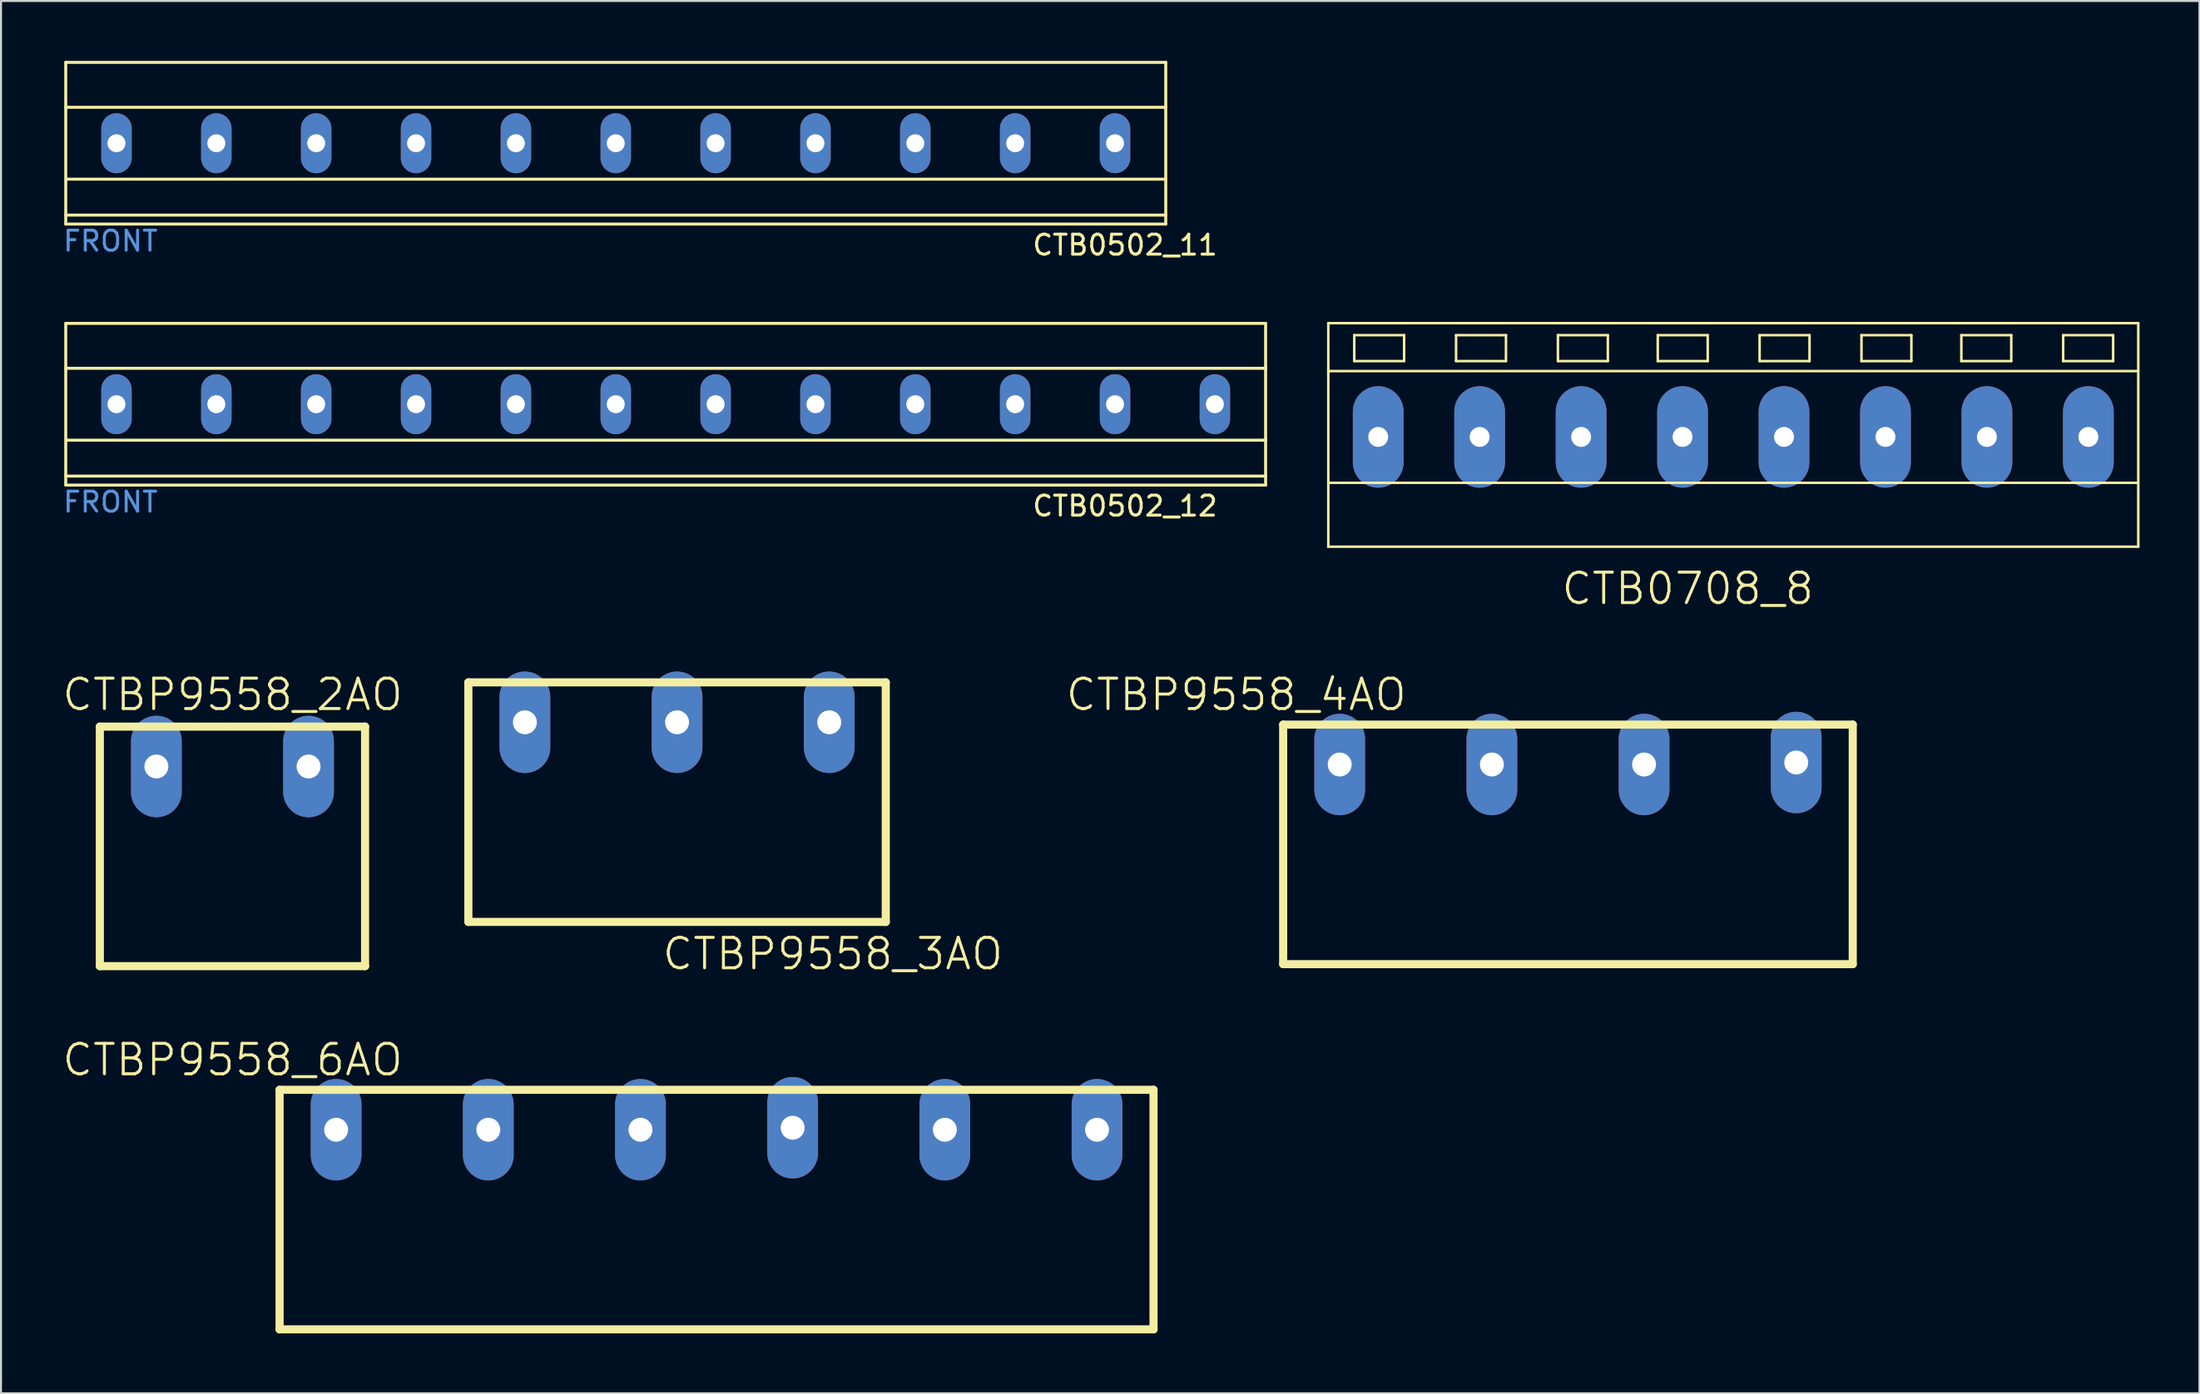
<source format=kicad_pcb>
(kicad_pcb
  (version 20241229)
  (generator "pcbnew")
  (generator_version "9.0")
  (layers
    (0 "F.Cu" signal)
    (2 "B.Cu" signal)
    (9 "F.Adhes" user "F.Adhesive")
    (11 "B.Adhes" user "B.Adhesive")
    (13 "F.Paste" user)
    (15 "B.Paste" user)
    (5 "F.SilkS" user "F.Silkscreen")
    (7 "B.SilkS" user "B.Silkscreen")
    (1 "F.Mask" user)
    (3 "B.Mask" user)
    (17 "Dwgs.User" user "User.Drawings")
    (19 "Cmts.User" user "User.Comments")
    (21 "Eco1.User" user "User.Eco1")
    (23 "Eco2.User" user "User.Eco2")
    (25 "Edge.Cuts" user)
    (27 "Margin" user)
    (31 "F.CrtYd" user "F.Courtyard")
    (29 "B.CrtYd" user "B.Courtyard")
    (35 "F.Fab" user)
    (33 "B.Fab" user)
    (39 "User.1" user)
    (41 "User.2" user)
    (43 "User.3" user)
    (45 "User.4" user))
  (footprint "CTB0708_8"
    (layer "F.Cu")
    (at 65.96 18.837)
    (property "Reference" "CTB0708_8" (at 15.5 7.6 0) (layer "F.SilkS") (effects (font (size 1.524 1.524) (thickness 0.15))))
    (attr exclude_from_pos_files exclude_from_bom)
    (fp_line (start -2.499 -5.7) (end -2.499 -3.299) (stroke (width 0.127) (type solid)) (layer "F.SilkS"))
    (fp_line (start -2.499 -3.299) (end -2.499 2.299) (stroke (width 0.127) (type solid)) (layer "F.SilkS"))
    (fp_line (start -2.499 -3.299) (end 37.998 -3.299) (stroke (width 0.127) (type solid)) (layer "F.SilkS"))
    (fp_line (start -2.499 2.299) (end -2.499 5.499) (stroke (width 0.127) (type solid)) (layer "F.SilkS"))
    (fp_line (start -2.499 2.299) (end 37.998 2.299) (stroke (width 0.127) (type solid)) (layer "F.SilkS"))
    (fp_line (start -2.499 5.499) (end 38.059 5.499) (stroke (width 0.127) (type solid)) (layer "F.SilkS"))
    (fp_line (start -1.199 -5.098) (end -1.199 -3.8) (stroke (width 0.127) (type solid)) (layer "F.SilkS"))
    (fp_line (start -1.199 -3.8) (end 1.298 -3.8) (stroke (width 0.127) (type solid)) (layer "F.SilkS"))
    (fp_line (start 1.298 -5.098) (end -1.199 -5.098) (stroke (width 0.127) (type solid)) (layer "F.SilkS"))
    (fp_line (start 1.298 -3.8) (end 1.298 -5.098) (stroke (width 0.127) (type solid)) (layer "F.SilkS"))
    (fp_line (start 3.899 -5.098) (end 3.899 -3.8) (stroke (width 0.127) (type solid)) (layer "F.SilkS"))
    (fp_line (start 3.899 -3.8) (end 6.398 -3.8) (stroke (width 0.127) (type solid)) (layer "F.SilkS"))
    (fp_line (start 6.398 -5.098) (end 3.899 -5.098) (stroke (width 0.127) (type solid)) (layer "F.SilkS"))
    (fp_line (start 6.398 -3.8) (end 6.398 -5.098) (stroke (width 0.127) (type solid)) (layer "F.SilkS"))
    (fp_line (start 8.999 -5.098) (end 8.999 -3.8) (stroke (width 0.127) (type solid)) (layer "F.SilkS"))
    (fp_line (start 8.999 -3.8) (end 11.499 -3.8) (stroke (width 0.127) (type solid)) (layer "F.SilkS"))
    (fp_line (start 11.499 -5.098) (end 8.999 -5.098) (stroke (width 0.127) (type solid)) (layer "F.SilkS"))
    (fp_line (start 11.499 -3.8) (end 11.499 -5.098) (stroke (width 0.127) (type solid)) (layer "F.SilkS"))
    (fp_line (start 13.998 -5.098) (end 13.998 -3.8) (stroke (width 0.127) (type solid)) (layer "F.SilkS"))
    (fp_line (start 13.998 -3.8) (end 16.5 -3.8) (stroke (width 0.127) (type solid)) (layer "F.SilkS"))
    (fp_line (start 16.5 -5.098) (end 13.998 -5.098) (stroke (width 0.127) (type solid)) (layer "F.SilkS"))
    (fp_line (start 16.5 -3.8) (end 16.5 -5.098) (stroke (width 0.127) (type solid)) (layer "F.SilkS"))
    (fp_line (start 19.098 -5.098) (end 19.098 -3.8) (stroke (width 0.127) (type solid)) (layer "F.SilkS"))
    (fp_line (start 19.098 -3.8) (end 21.598 -3.8) (stroke (width 0.127) (type solid)) (layer "F.SilkS"))
    (fp_line (start 21.598 -5.098) (end 19.098 -5.098) (stroke (width 0.127) (type solid)) (layer "F.SilkS"))
    (fp_line (start 21.598 -3.8) (end 21.598 -5.098) (stroke (width 0.127) (type solid)) (layer "F.SilkS"))
    (fp_line (start 24.199 -5.098) (end 24.199 -3.8) (stroke (width 0.127) (type solid)) (layer "F.SilkS"))
    (fp_line (start 24.199 -3.8) (end 26.698 -3.8) (stroke (width 0.127) (type solid)) (layer "F.SilkS"))
    (fp_line (start 26.698 -5.098) (end 24.199 -5.098) (stroke (width 0.127) (type solid)) (layer "F.SilkS"))
    (fp_line (start 26.698 -3.8) (end 26.698 -5.098) (stroke (width 0.127) (type solid)) (layer "F.SilkS"))
    (fp_line (start 29.2 -5.098) (end 29.2 -3.8) (stroke (width 0.127) (type solid)) (layer "F.SilkS"))
    (fp_line (start 29.2 -3.8) (end 31.699 -3.8) (stroke (width 0.127) (type solid)) (layer "F.SilkS"))
    (fp_line (start 31.699 -5.098) (end 29.2 -5.098) (stroke (width 0.127) (type solid)) (layer "F.SilkS"))
    (fp_line (start 31.699 -3.8) (end 31.699 -5.098) (stroke (width 0.127) (type solid)) (layer "F.SilkS"))
    (fp_line (start 34.298 -5.098) (end 34.298 -3.8) (stroke (width 0.127) (type solid)) (layer "F.SilkS"))
    (fp_line (start 34.298 -3.8) (end 36.8 -3.8) (stroke (width 0.127) (type solid)) (layer "F.SilkS"))
    (fp_line (start 36.8 -5.098) (end 34.298 -5.098) (stroke (width 0.127) (type solid)) (layer "F.SilkS"))
    (fp_line (start 36.8 -3.8) (end 36.8 -5.098) (stroke (width 0.127) (type solid)) (layer "F.SilkS"))
    (fp_line (start 38.059 -5.7) (end -2.499 -5.7) (stroke (width 0.127) (type solid)) (layer "F.SilkS"))
    (fp_line (start 38.059 5.499) (end 38.059 -5.7) (stroke (width 0.127) (type solid)) (layer "F.SilkS"))
    (pad "1" thru_hole oval (at 0 0 180) (size 2.54 5.08) (drill 0.998) (layers "*.Cu" "*.Paste" "*.Mask"))
    (pad "2" thru_hole oval (at 5.08 0 180) (size 2.54 5.08) (drill 0.998) (layers "*.Cu" "*.Paste" "*.Mask"))
    (pad "3" thru_hole oval (at 10.16 0 180) (size 2.54 5.08) (drill 0.998) (layers "*.Cu" "*.Paste" "*.Mask"))
    (pad "4" thru_hole oval (at 15.24 0 180) (size 2.54 5.08) (drill 0.998) (layers "*.Cu" "*.Paste" "*.Mask"))
    (pad "5" thru_hole oval (at 20.32 0 180) (size 2.54 5.08) (drill 0.998) (layers "*.Cu" "*.Paste" "*.Mask"))
    (pad "6" thru_hole oval (at 25.4 0 180) (size 2.54 5.08) (drill 0.998) (layers "*.Cu" "*.Paste" "*.Mask"))
    (pad "7" thru_hole oval (at 30.48 0 180) (size 2.54 5.08) (drill 0.998) (layers "*.Cu" "*.Paste" "*.Mask"))
    (pad "8" thru_hole oval (at 35.56 0 180) (size 2.54 5.08) (drill 0.998) (layers "*.Cu" "*.Paste" "*.Mask")))
  (footprint "CTB0502_12"
    (layer "F.Cu")
    (at 2.782 17.198)
    (property "Reference" "CTB0502_12" (at 50.5 5.1 0) (layer "F.SilkS") (effects (font (size 1 1) (thickness 0.15))))
    (attr through_hole)
    (fp_line (start -2.54 -4.05) (end 57.54 -4.05) (stroke (width 0.15) (type solid)) (layer "F.SilkS"))
    (fp_line (start -2.54 -1.8) (end 57.54 -1.8) (stroke (width 0.15) (type solid)) (layer "F.SilkS"))
    (fp_line (start -2.54 3.6) (end 57.54 3.6) (stroke (width 0.15) (type solid)) (layer "F.SilkS"))
    (fp_line (start -2.54 4.05) (end -2.54 -4.05) (stroke (width 0.15) (type solid)) (layer "F.SilkS"))
    (fp_line (start -2.5 1.8) (end 57.54 1.8) (stroke (width 0.15) (type solid)) (layer "F.SilkS"))
    (fp_line (start 57.54 -4.05) (end 57.54 4.05) (stroke (width 0.15) (type solid)) (layer "F.SilkS"))
    (fp_line (start 57.54 4.05) (end -2.54 4.05) (stroke (width 0.15) (type solid)) (layer "F.SilkS"))
    (fp_text user "FRONT" (at -0.3 4.9 0) (layer "Cmts.User") (effects (font (size 1 1) (thickness 0.15))))
    (pad "1" thru_hole oval (at 0 0) (size 1.524 3) (drill 0.9) (layers "*.Cu" "*.Mask"))
    (pad "2" thru_hole oval (at 5 0) (size 1.524 3) (drill 0.9) (layers "*.Cu" "*.Mask"))
    (pad "3" thru_hole oval (at 10 0) (size 1.524 3) (drill 0.9) (layers "*.Cu" "*.Mask"))
    (pad "4" thru_hole oval (at 15 0) (size 1.524 3) (drill 0.9) (layers "*.Cu" "*.Mask"))
    (pad "5" thru_hole oval (at 20 0) (size 1.524 3) (drill 0.9) (layers "*.Cu" "*.Mask"))
    (pad "6" thru_hole oval (at 25 0) (size 1.524 3) (drill 0.9) (layers "*.Cu" "*.Mask"))
    (pad "7" thru_hole oval (at 30 0) (size 1.524 3) (drill 0.9) (layers "*.Cu" "*.Mask"))
    (pad "8" thru_hole oval (at 35 0) (size 1.524 3) (drill 0.9) (layers "*.Cu" "*.Mask"))
    (pad "9" thru_hole oval (at 40 0) (size 1.524 3) (drill 0.9) (layers "*.Cu" "*.Mask"))
    (pad "10" thru_hole oval (at 45 0) (size 1.524 3) (drill 0.9) (layers "*.Cu" "*.Mask"))
    (pad "11" thru_hole oval (at 50 0) (size 1.524 3) (drill 0.9) (layers "*.Cu" "*.Mask"))
    (pad "12" thru_hole oval (at 55 0) (size 1.524 3) (drill 0.9) (layers "*.Cu" "*.Mask")))
  (footprint "CTBP9558_2AO"
    (layer "F.Cu")
    (at 12.4 35.346)
    (property "Reference" "CTBP9558_2AO" (at -3.8 -3.6 0) (layer "F.SilkS") (effects (font (size 1.524 1.524) (thickness 0.15))))
    (attr exclude_from_pos_files exclude_from_bom)
    (fp_line (start -10.45 -1.999) (end 2.83 -1.999) (stroke (width 0.406) (type solid)) (layer "F.SilkS"))
    (fp_line (start -10.45 10) (end -10.45 -1.999) (stroke (width 0.406) (type solid)) (layer "F.SilkS"))
    (fp_line (start 2.83 -1.999) (end 2.83 10) (stroke (width 0.406) (type solid)) (layer "F.SilkS"))
    (fp_line (start 2.83 10) (end -10.45 10) (stroke (width 0.406) (type solid)) (layer "F.SilkS"))
    (pad "1" thru_hole oval (at -7.62 0 180) (size 2.54 5.08) (drill 1.199) (layers "*.Cu" "*.Paste" "*.Mask"))
    (pad "2" thru_hole oval (at 0 0 180) (size 2.54 5.08) (drill 1.199) (layers "*.Cu" "*.Paste" "*.Mask")))
  (footprint "CTBP9558_4AO"
    (layer "F.Cu")
    (at 71.652 35.246)
    (property "Reference" "CTBP9558_4AO" (at -12.8 -3.5 0) (layer "F.SilkS") (effects (font (size 1.524 1.524) (thickness 0.15))))
    (attr exclude_from_pos_files exclude_from_bom)
    (fp_line (start -10.45 -1.999) (end 18.07 -1.999) (stroke (width 0.406) (type solid)) (layer "F.SilkS"))
    (fp_line (start -10.45 10) (end -10.45 -1.999) (stroke (width 0.406) (type solid)) (layer "F.SilkS"))
    (fp_line (start 18.07 -1.999) (end 18.07 10) (stroke (width 0.406) (type solid)) (layer "F.SilkS"))
    (fp_line (start 18.07 10) (end -10.45 10) (stroke (width 0.406) (type solid)) (layer "F.SilkS"))
    (pad "1" thru_hole oval (at -7.62 0 180) (size 2.54 5.08) (drill 1.199) (layers "*.Cu" "*.Paste" "*.Mask"))
    (pad "2" thru_hole oval (at 0 0 180) (size 2.54 5.08) (drill 1.199) (layers "*.Cu" "*.Paste" "*.Mask"))
    (pad "3" thru_hole oval (at 7.62 0 180) (size 2.54 5.08) (drill 1.199) (layers "*.Cu" "*.Paste" "*.Mask"))
    (pad "4" thru_hole oval (at 15.24 -0.1 180) (size 2.54 5.08) (drill 1.199) (layers "*.Cu" "*.Paste" "*.Mask")))
  (footprint "CTB0502_11"
    (layer "F.Cu")
    (at 2.782 4.125)
    (property "Reference" "CTB0502_11" (at 50.5 5.1 0) (layer "F.SilkS") (effects (font (size 1 1) (thickness 0.15))))
    (attr through_hole)
    (fp_line (start -2.54 -4.05) (end 52.54 -4.05) (stroke (width 0.15) (type solid)) (layer "F.SilkS"))
    (fp_line (start -2.54 -1.8) (end 52.54 -1.8) (stroke (width 0.15) (type solid)) (layer "F.SilkS"))
    (fp_line (start -2.54 3.6) (end 52.54 3.6) (stroke (width 0.15) (type solid)) (layer "F.SilkS"))
    (fp_line (start -2.54 4.05) (end -2.54 -4.05) (stroke (width 0.15) (type solid)) (layer "F.SilkS"))
    (fp_line (start -2.5 1.8) (end 52.54 1.8) (stroke (width 0.15) (type solid)) (layer "F.SilkS"))
    (fp_line (start 52.54 -4.05) (end 52.54 4.05) (stroke (width 0.15) (type solid)) (layer "F.SilkS"))
    (fp_line (start 52.54 4.05) (end -2.54 4.05) (stroke (width 0.15) (type solid)) (layer "F.SilkS"))
    (fp_text user "FRONT" (at -0.3 4.9 0) (layer "Cmts.User") (effects (font (size 1 1) (thickness 0.15))))
    (pad "1" thru_hole oval (at 0 0) (size 1.524 3) (drill 0.9) (layers "*.Cu" "*.Mask"))
    (pad "2" thru_hole oval (at 5 0) (size 1.524 3) (drill 0.9) (layers "*.Cu" "*.Mask"))
    (pad "3" thru_hole oval (at 10 0) (size 1.524 3) (drill 0.9) (layers "*.Cu" "*.Mask"))
    (pad "4" thru_hole oval (at 15 0) (size 1.524 3) (drill 0.9) (layers "*.Cu" "*.Mask"))
    (pad "5" thru_hole oval (at 20 0) (size 1.524 3) (drill 0.9) (layers "*.Cu" "*.Mask"))
    (pad "6" thru_hole oval (at 25 0) (size 1.524 3) (drill 0.9) (layers "*.Cu" "*.Mask"))
    (pad "7" thru_hole oval (at 30 0) (size 1.524 3) (drill 0.9) (layers "*.Cu" "*.Mask"))
    (pad "8" thru_hole oval (at 35 0) (size 1.524 3) (drill 0.9) (layers "*.Cu" "*.Mask"))
    (pad "9" thru_hole oval (at 40 0) (size 1.524 3) (drill 0.9) (layers "*.Cu" "*.Mask"))
    (pad "10" thru_hole oval (at 45 0) (size 1.524 3) (drill 0.9) (layers "*.Cu" "*.Mask"))
    (pad "11" thru_hole oval (at 50 0) (size 1.524 3) (drill 0.9) (layers "*.Cu" "*.Mask")))
  (footprint "CTBP9558_6AO"
    (layer "F.Cu")
    (at 21.4 53.541)
    (property "Reference" "CTBP9558_6AO" (at -12.8 -3.5 0) (layer "F.SilkS") (effects (font (size 1.524 1.524) (thickness 0.15))))
    (attr exclude_from_pos_files exclude_from_bom)
    (fp_line (start -10.45 -1.999) (end 33.31 -1.999) (stroke (width 0.406) (type solid)) (layer "F.SilkS"))
    (fp_line (start -10.45 10) (end -10.45 -1.999) (stroke (width 0.406) (type solid)) (layer "F.SilkS"))
    (fp_line (start 33.31 -1.999) (end 33.31 10) (stroke (width 0.406) (type solid)) (layer "F.SilkS"))
    (fp_line (start 33.31 10) (end -10.45 10) (stroke (width 0.406) (type solid)) (layer "F.SilkS"))
    (pad "1" thru_hole oval (at -7.62 0 180) (size 2.54 5.08) (drill 1.199) (layers "*.Cu" "*.Paste" "*.Mask"))
    (pad "2" thru_hole oval (at 0 0 180) (size 2.54 5.08) (drill 1.199) (layers "*.Cu" "*.Paste" "*.Mask"))
    (pad "3" thru_hole oval (at 7.62 0 180) (size 2.54 5.08) (drill 1.199) (layers "*.Cu" "*.Paste" "*.Mask"))
    (pad "4" thru_hole oval (at 15.24 -0.1 180) (size 2.54 5.08) (drill 1.199) (layers "*.Cu" "*.Paste" "*.Mask"))
    (pad "5" thru_hole oval (at 22.86 0 180) (size 2.54 5.08) (drill 1.199) (layers "*.Cu" "*.Paste" "*.Mask"))
    (pad "6" thru_hole oval (at 30.48 0 180) (size 2.54 5.08) (drill 1.199) (layers "*.Cu" "*.Paste" "*.Mask")))
  (footprint "CTBP9558_3AO"
    (layer "F.Cu")
    (at 30.852 33.131)
    (property "Reference" "CTBP9558_3AO" (at 7.8 11.6 0) (layer "F.SilkS") (effects (font (size 1.524 1.524) (thickness 0.15))))
    (attr exclude_from_pos_files exclude_from_bom)
    (fp_line (start -10.45 -1.999) (end 10.45 -1.999) (stroke (width 0.406) (type solid)) (layer "F.SilkS"))
    (fp_line (start -10.45 10) (end -10.45 -1.999) (stroke (width 0.406) (type solid)) (layer "F.SilkS"))
    (fp_line (start 10.45 -1.999) (end 10.45 10) (stroke (width 0.406) (type solid)) (layer "F.SilkS"))
    (fp_line (start 10.45 10) (end -10.45 10) (stroke (width 0.406) (type solid)) (layer "F.SilkS"))
    (pad "1" thru_hole oval (at -7.62 0 180) (size 2.54 5.08) (drill 1.199) (layers "*.Cu" "*.Paste" "*.Mask"))
    (pad "2" thru_hole oval (at 0 0 180) (size 2.54 5.08) (drill 1.199) (layers "*.Cu" "*.Paste" "*.Mask"))
    (pad "3" thru_hole oval (at 7.62 0 180) (size 2.54 5.08) (drill 1.199) (layers "*.Cu" "*.Paste" "*.Mask")))
  (gr_rect
    (start -3 -3)
    (end 107.083 66.744)
    (stroke (width 0.1) (type default))
    (fill no)
    (layer "Edge.Cuts")))
</source>
